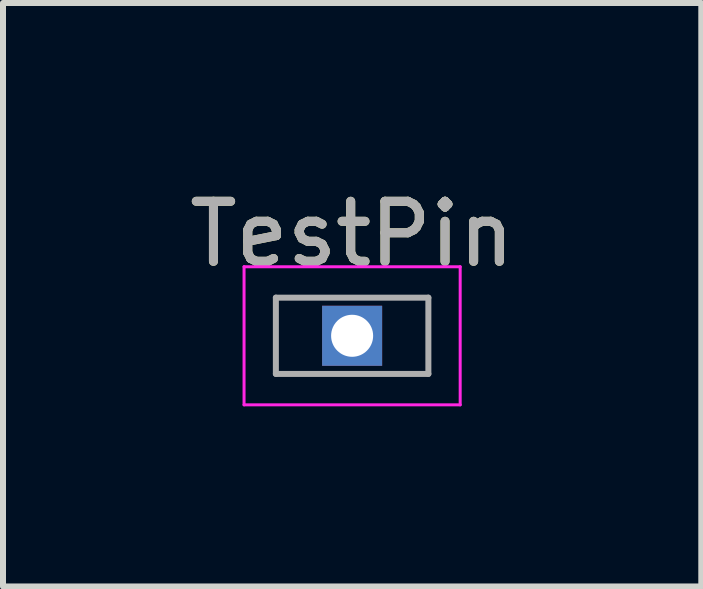
<source format=kicad_pcb>
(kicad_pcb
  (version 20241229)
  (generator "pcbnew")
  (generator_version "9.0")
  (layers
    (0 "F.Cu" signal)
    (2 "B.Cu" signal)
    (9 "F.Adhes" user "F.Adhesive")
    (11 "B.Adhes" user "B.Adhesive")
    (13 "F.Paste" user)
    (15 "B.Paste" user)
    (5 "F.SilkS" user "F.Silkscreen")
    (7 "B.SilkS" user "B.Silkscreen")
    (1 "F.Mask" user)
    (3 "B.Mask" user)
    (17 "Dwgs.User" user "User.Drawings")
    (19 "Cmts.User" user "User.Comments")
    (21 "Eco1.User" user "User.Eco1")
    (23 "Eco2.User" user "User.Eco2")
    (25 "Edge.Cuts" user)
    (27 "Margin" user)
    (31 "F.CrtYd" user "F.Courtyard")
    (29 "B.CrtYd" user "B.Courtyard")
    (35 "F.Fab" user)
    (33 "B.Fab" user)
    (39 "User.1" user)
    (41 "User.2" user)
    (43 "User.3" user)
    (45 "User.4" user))
  (footprint "TestPin"
    (layer "F.Cu")
    (at 2.815 2.543)
    (property "Reference" "TestPin" (at 0 -1.695 0) (layer "F.SilkS") (effects (font (size 1 1) (thickness 0.15))))
    (attr through_hole)
    (fp_line (start -1.8 -1.15) (end -1.8 1.15) (stroke (width 0.05) (type solid)) (layer "F.CrtYd"))
    (fp_line (start -1.8 1.15) (end 1.8 1.15) (stroke (width 0.05) (type solid)) (layer "F.CrtYd"))
    (fp_line (start 1.8 -1.15) (end -1.8 -1.15) (stroke (width 0.05) (type solid)) (layer "F.CrtYd"))
    (fp_line (start 1.8 1.15) (end 1.8 -1.15) (stroke (width 0.05) (type solid)) (layer "F.CrtYd"))
    (fp_line (start -1.27 -0.635) (end -1.27 0.635) (stroke (width 0.1) (type solid)) (layer "F.Fab"))
    (fp_line (start -1.27 0.635) (end 1.27 0.635) (stroke (width 0.1) (type solid)) (layer "F.Fab"))
    (fp_line (start 1.27 -0.635) (end -1.27 -0.635) (stroke (width 0.1) (type solid)) (layer "F.Fab"))
    (fp_line (start 1.27 0.635) (end 1.27 -0.635) (stroke (width 0.1) (type solid)) (layer "F.Fab"))
    (fp_text user "${REFERENCE}" (at 0 -1.695 0) (layer "F.Fab") (effects (font (size 1 1) (thickness 0.15))))
    (pad "1" thru_hole rect (at 0 0) (size 1 1) (drill 0.7) (layers "*.Cu" "*.Mask")))
  (gr_rect
    (start -3 -3)
    (end 8.631 6.718)
    (stroke (width 0.1) (type default))
    (fill no)
    (layer "Edge.Cuts")))
</source>
